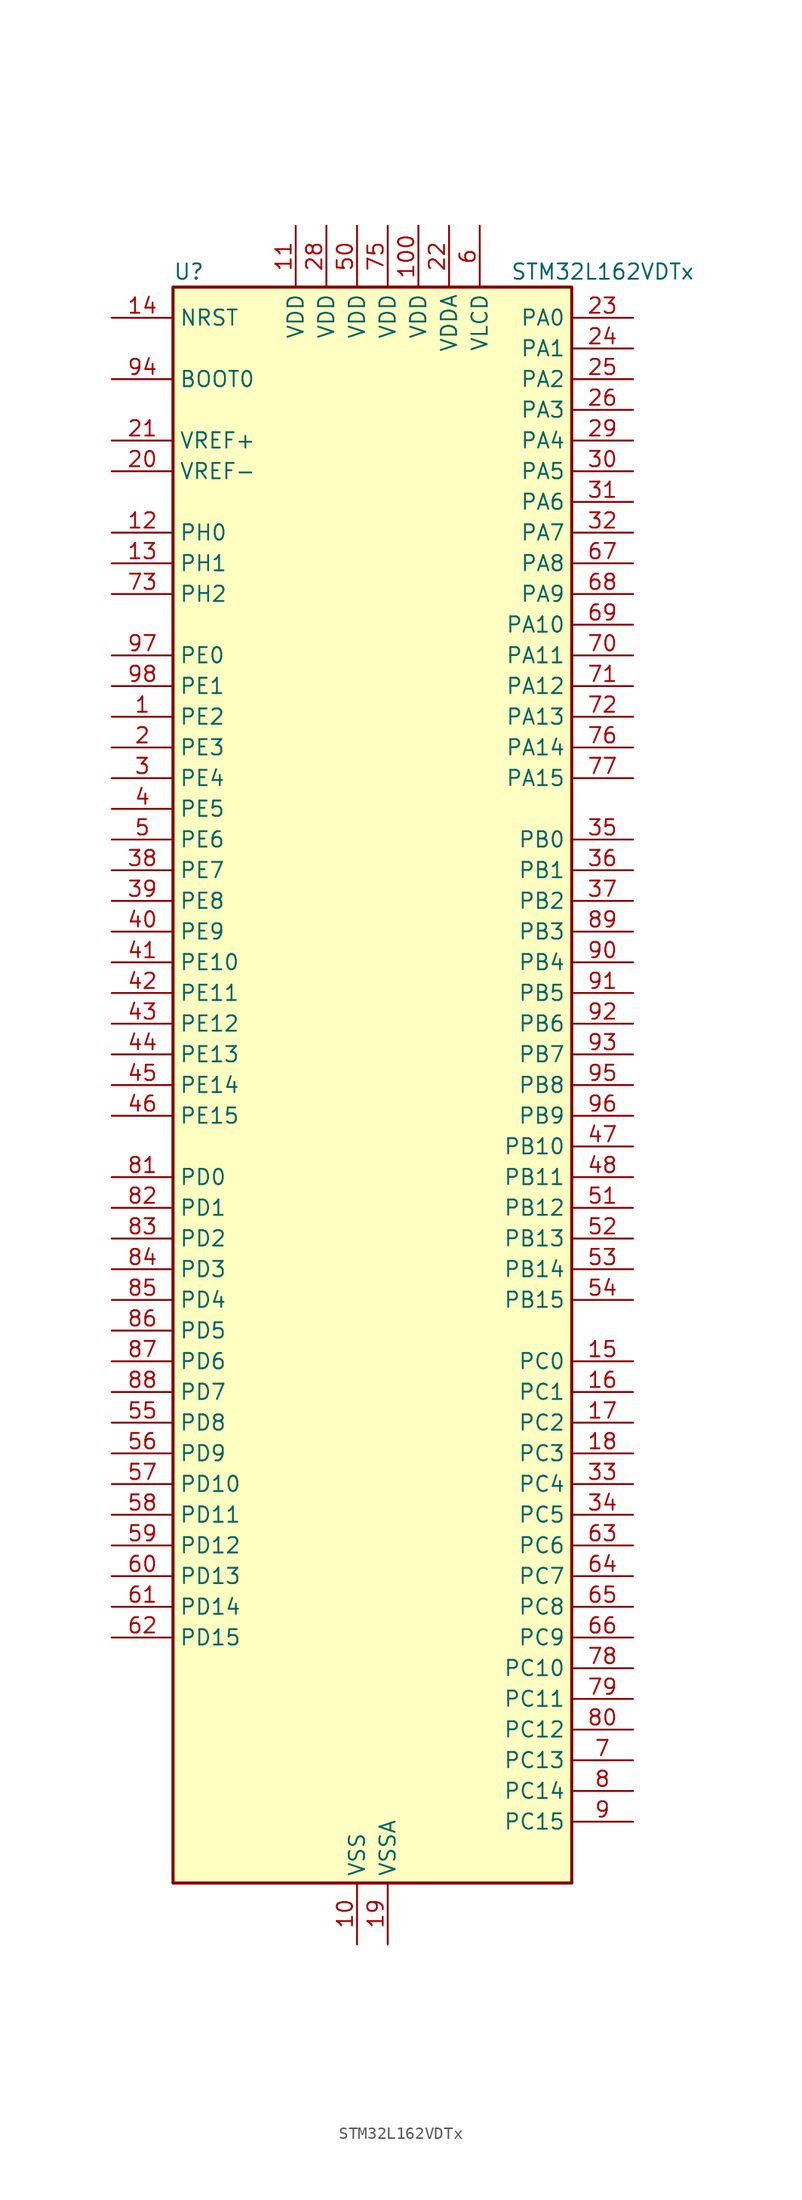
<source format=kicad_sym>
(kicad_symbol_lib
  (version 20231120)
  (generator "kicad-library-utils")
  (generator_version "8.0")
  (symbol "STM32L162VDTx"
    (property "Reference" "U"
      (at -15.24 67.31 0)
      (effects (font (size 1.27 1.27)) (justify left)))
    (property "Value" "STM32L162VDTx"
      (at 12.7 67.31 0)
      (effects (font (size 1.27 1.27)) (justify left)))
    (symbol "STM32L162VDTx_0_1"
      (rectangle (start -15.24 -66.04) (end 17.78 66.04) (stroke (width 0.254) (type default)) (fill (type background))))
    (symbol "STM32L162VDTx_1_1"
      (pin bidirectional line (at -20.32 30.48 0) (length 5.08) (name "PE2" (effects (font (size 1.27 1.27)))) (number "1" (effects (font (size 1.27 1.27)))) (alternate "FSMC_A23" bidirectional line) (alternate "LCD_SEG38" bidirectional line) (alternate "SYS_TRACECK" bidirectional line) (alternate "TIM3_ETR" bidirectional line) (alternate "TIMX_IC3" bidirectional line))
      (pin power_in line (at 0 -71.12 90) (length 5.08) (name "VSS" (effects (font (size 1.27 1.27)))) (number "10" (effects (font (size 1.27 1.27)))))
      (pin power_in line (at 5.08 71.12 270) (length 5.08) (name "VDD" (effects (font (size 1.27 1.27)))) (number "100" (effects (font (size 1.27 1.27)))))
      (pin power_in line (at -5.08 71.12 270) (length 5.08) (name "VDD" (effects (font (size 1.27 1.27)))) (number "11" (effects (font (size 1.27 1.27)))))
      (pin bidirectional line (at -20.32 45.72 0) (length 5.08) (name "PH0" (effects (font (size 1.27 1.27)))) (number "12" (effects (font (size 1.27 1.27)))) (alternate "RCC_OSC_IN" bidirectional line))
      (pin bidirectional line (at -20.32 43.18 0) (length 5.08) (name "PH1" (effects (font (size 1.27 1.27)))) (number "13" (effects (font (size 1.27 1.27)))) (alternate "RCC_OSC_OUT" bidirectional line))
      (pin input line (at -20.32 63.5 0) (length 5.08) (name "NRST" (effects (font (size 1.27 1.27)))) (number "14" (effects (font (size 1.27 1.27)))))
      (pin bidirectional line (at 22.86 -22.86 180) (length 5.08) (name "PC0" (effects (font (size 1.27 1.27)))) (number "15" (effects (font (size 1.27 1.27)))) (alternate "ADC_IN10" bidirectional line) (alternate "COMP1_INP" bidirectional line) (alternate "LCD_SEG18" bidirectional line) (alternate "TIMX_IC1" bidirectional line) (alternate "TS_G8_IO1" bidirectional line))
      (pin bidirectional line (at 22.86 -25.4 180) (length 5.08) (name "PC1" (effects (font (size 1.27 1.27)))) (number "16" (effects (font (size 1.27 1.27)))) (alternate "ADC_IN11" bidirectional line) (alternate "COMP1_INP" bidirectional line) (alternate "LCD_SEG19" bidirectional line) (alternate "OPAMP3_VINP" bidirectional line) (alternate "TIMX_IC2" bidirectional line) (alternate "TS_G8_IO2" bidirectional line))
      (pin bidirectional line (at 22.86 -27.94 180) (length 5.08) (name "PC2" (effects (font (size 1.27 1.27)))) (number "17" (effects (font (size 1.27 1.27)))) (alternate "ADC_IN12" bidirectional line) (alternate "COMP1_INP" bidirectional line) (alternate "LCD_SEG20" bidirectional line) (alternate "OPAMP3_VINM" bidirectional line) (alternate "TIMX_IC3" bidirectional line) (alternate "TS_G8_IO3" bidirectional line))
      (pin bidirectional line (at 22.86 -30.48 180) (length 5.08) (name "PC3" (effects (font (size 1.27 1.27)))) (number "18" (effects (font (size 1.27 1.27)))) (alternate "ADC_IN13" bidirectional line) (alternate "COMP1_INP" bidirectional line) (alternate "LCD_SEG21" bidirectional line) (alternate "OPAMP3_VOUT" bidirectional line) (alternate "TIMX_IC4" bidirectional line) (alternate "TS_G8_IO4" bidirectional line))
      (pin power_in line (at 2.54 -71.12 90) (length 5.08) (name "VSSA" (effects (font (size 1.27 1.27)))) (number "19" (effects (font (size 1.27 1.27)))))
      (pin bidirectional line (at -20.32 27.94 0) (length 5.08) (name "PE3" (effects (font (size 1.27 1.27)))) (number "2" (effects (font (size 1.27 1.27)))) (alternate "FSMC_A19" bidirectional line) (alternate "LCD_SEG39" bidirectional line) (alternate "SYS_TRACED0" bidirectional line) (alternate "TIM3_CH1" bidirectional line) (alternate "TIMX_IC4" bidirectional line))
      (pin input line (at -20.32 50.8 0) (length 5.08) (name "VREF-" (effects (font (size 1.27 1.27)))) (number "20" (effects (font (size 1.27 1.27)))))
      (pin input line (at -20.32 53.34 0) (length 5.08) (name "VREF+" (effects (font (size 1.27 1.27)))) (number "21" (effects (font (size 1.27 1.27)))))
      (pin power_in line (at 7.62 71.12 270) (length 5.08) (name "VDDA" (effects (font (size 1.27 1.27)))) (number "22" (effects (font (size 1.27 1.27)))))
      (pin bidirectional line (at 22.86 63.5 180) (length 5.08) (name "PA0" (effects (font (size 1.27 1.27)))) (number "23" (effects (font (size 1.27 1.27)))) (alternate "ADC_IN0" bidirectional line) (alternate "COMP1_INP" bidirectional line) (alternate "RTC_TAMP2" bidirectional line) (alternate "SYS_WKUP1" bidirectional line) (alternate "TIM2_CH1" bidirectional line) (alternate "TIM2_ETR" bidirectional line) (alternate "TIM5_CH1" bidirectional line) (alternate "TIMX_IC1" bidirectional line) (alternate "TS_G1_IO1" bidirectional line) (alternate "USART2_CTS" bidirectional line))
      (pin bidirectional line (at 22.86 60.96 180) (length 5.08) (name "PA1" (effects (font (size 1.27 1.27)))) (number "24" (effects (font (size 1.27 1.27)))) (alternate "ADC_IN1" bidirectional line) (alternate "COMP1_INP" bidirectional line) (alternate "LCD_SEG0" bidirectional line) (alternate "OPAMP1_VINP" bidirectional line) (alternate "TIM2_CH2" bidirectional line) (alternate "TIM5_CH2" bidirectional line) (alternate "TIMX_IC2" bidirectional line) (alternate "TS_G1_IO2" bidirectional line) (alternate "USART2_RTS" bidirectional line))
      (pin bidirectional line (at 22.86 58.42 180) (length 5.08) (name "PA2" (effects (font (size 1.27 1.27)))) (number "25" (effects (font (size 1.27 1.27)))) (alternate "ADC_IN2" bidirectional line) (alternate "COMP1_INP" bidirectional line) (alternate "LCD_SEG1" bidirectional line) (alternate "OPAMP1_VINM" bidirectional line) (alternate "TIM2_CH3" bidirectional line) (alternate "TIM5_CH3" bidirectional line) (alternate "TIM9_CH1" bidirectional line) (alternate "TIMX_IC3" bidirectional line) (alternate "TS_G1_IO3" bidirectional line) (alternate "USART2_TX" bidirectional line))
      (pin bidirectional line (at 22.86 55.88 180) (length 5.08) (name "PA3" (effects (font (size 1.27 1.27)))) (number "26" (effects (font (size 1.27 1.27)))) (alternate "ADC_IN3" bidirectional line) (alternate "COMP1_INP" bidirectional line) (alternate "LCD_SEG2" bidirectional line) (alternate "OPAMP1_VOUT" bidirectional line) (alternate "TIM2_CH4" bidirectional line) (alternate "TIM5_CH4" bidirectional line) (alternate "TIM9_CH2" bidirectional line) (alternate "TIMX_IC4" bidirectional line) (alternate "TS_G1_IO4" bidirectional line) (alternate "USART2_RX" bidirectional line))
      (pin passive line (at 0 -71.12 90) (length 5.08) hide (name "VSS" (effects (font (size 1.27 1.27)))) (number "27" (effects (font (size 1.27 1.27)))))
      (pin power_in line (at -2.54 71.12 270) (length 5.08) (name "VDD" (effects (font (size 1.27 1.27)))) (number "28" (effects (font (size 1.27 1.27)))))
      (pin bidirectional line (at 22.86 53.34 180) (length 5.08) (name "PA4" (effects (font (size 1.27 1.27)))) (number "29" (effects (font (size 1.27 1.27)))) (alternate "ADC_IN4" bidirectional line) (alternate "COMP1_INP" bidirectional line) (alternate "DAC_OUT1" bidirectional line) (alternate "I2S3_WS" bidirectional line) (alternate "SPI1_NSS" bidirectional line) (alternate "SPI3_NSS" bidirectional line) (alternate "TIMX_IC1" bidirectional line) (alternate "USART2_CK" bidirectional line))
      (pin bidirectional line (at -20.32 25.4 0) (length 5.08) (name "PE4" (effects (font (size 1.27 1.27)))) (number "3" (effects (font (size 1.27 1.27)))) (alternate "FSMC_A20" bidirectional line) (alternate "SYS_TRACED1" bidirectional line) (alternate "TIM3_CH2" bidirectional line) (alternate "TIMX_IC1" bidirectional line))
      (pin bidirectional line (at 22.86 50.8 180) (length 5.08) (name "PA5" (effects (font (size 1.27 1.27)))) (number "30" (effects (font (size 1.27 1.27)))) (alternate "ADC_IN5" bidirectional line) (alternate "COMP1_INP" bidirectional line) (alternate "DAC_OUT2" bidirectional line) (alternate "SPI1_SCK" bidirectional line) (alternate "TIM2_CH1" bidirectional line) (alternate "TIM2_ETR" bidirectional line) (alternate "TIMX_IC2" bidirectional line))
      (pin bidirectional line (at 22.86 48.26 180) (length 5.08) (name "PA6" (effects (font (size 1.27 1.27)))) (number "31" (effects (font (size 1.27 1.27)))) (alternate "ADC_IN6" bidirectional line) (alternate "COMP1_INP" bidirectional line) (alternate "LCD_SEG3" bidirectional line) (alternate "OPAMP2_VINP" bidirectional line) (alternate "SPI1_MISO" bidirectional line) (alternate "TIM10_CH1" bidirectional line) (alternate "TIM3_CH1" bidirectional line) (alternate "TIMX_IC3" bidirectional line) (alternate "TS_G2_IO1" bidirectional line))
      (pin bidirectional line (at 22.86 45.72 180) (length 5.08) (name "PA7" (effects (font (size 1.27 1.27)))) (number "32" (effects (font (size 1.27 1.27)))) (alternate "ADC_IN7" bidirectional line) (alternate "COMP1_INP" bidirectional line) (alternate "LCD_SEG4" bidirectional line) (alternate "OPAMP2_VINM" bidirectional line) (alternate "SPI1_MOSI" bidirectional line) (alternate "TIM11_CH1" bidirectional line) (alternate "TIM3_CH2" bidirectional line) (alternate "TIMX_IC4" bidirectional line) (alternate "TS_G2_IO2" bidirectional line))
      (pin bidirectional line (at 22.86 -33.02 180) (length 5.08) (name "PC4" (effects (font (size 1.27 1.27)))) (number "33" (effects (font (size 1.27 1.27)))) (alternate "ADC_IN14" bidirectional line) (alternate "COMP1_INP" bidirectional line) (alternate "LCD_SEG22" bidirectional line) (alternate "TIMX_IC1" bidirectional line) (alternate "TS_G9_IO1" bidirectional line))
      (pin bidirectional line (at 22.86 -35.56 180) (length 5.08) (name "PC5" (effects (font (size 1.27 1.27)))) (number "34" (effects (font (size 1.27 1.27)))) (alternate "ADC_IN15" bidirectional line) (alternate "COMP1_INP" bidirectional line) (alternate "LCD_SEG23" bidirectional line) (alternate "TIMX_IC2" bidirectional line) (alternate "TS_G9_IO2" bidirectional line))
      (pin bidirectional line (at 22.86 20.32 180) (length 5.08) (name "PB0" (effects (font (size 1.27 1.27)))) (number "35" (effects (font (size 1.27 1.27)))) (alternate "ADC_IN8" bidirectional line) (alternate "COMP1_INP" bidirectional line) (alternate "LCD_SEG5" bidirectional line) (alternate "OPAMP2_VOUT" bidirectional line) (alternate "SYS_V_REF_OUT" bidirectional line) (alternate "TIM3_CH3" bidirectional line) (alternate "TS_G3_IO1" bidirectional line))
      (pin bidirectional line (at 22.86 17.78 180) (length 5.08) (name "PB1" (effects (font (size 1.27 1.27)))) (number "36" (effects (font (size 1.27 1.27)))) (alternate "ADC_IN9" bidirectional line) (alternate "COMP1_INP" bidirectional line) (alternate "LCD_SEG6" bidirectional line) (alternate "SYS_V_REF_OUT" bidirectional line) (alternate "TIM3_CH4" bidirectional line) (alternate "TS_G3_IO2" bidirectional line))
      (pin bidirectional line (at 22.86 15.24 180) (length 5.08) (name "PB2" (effects (font (size 1.27 1.27)))) (number "37" (effects (font (size 1.27 1.27)))) (alternate "TS_G3_IO3" bidirectional line))
      (pin bidirectional line (at -20.32 17.78 0) (length 5.08) (name "PE7" (effects (font (size 1.27 1.27)))) (number "38" (effects (font (size 1.27 1.27)))) (alternate "ADC_IN22" bidirectional line) (alternate "COMP1_INP" bidirectional line) (alternate "FSMC_D4" bidirectional line) (alternate "FSMC_DA4" bidirectional line) (alternate "TIMX_IC4" bidirectional line))
      (pin bidirectional line (at -20.32 15.24 0) (length 5.08) (name "PE8" (effects (font (size 1.27 1.27)))) (number "39" (effects (font (size 1.27 1.27)))) (alternate "ADC_IN23" bidirectional line) (alternate "COMP1_INP" bidirectional line) (alternate "FSMC_D5" bidirectional line) (alternate "FSMC_DA5" bidirectional line) (alternate "TIMX_IC1" bidirectional line))
      (pin bidirectional line (at -20.32 22.86 0) (length 5.08) (name "PE5" (effects (font (size 1.27 1.27)))) (number "4" (effects (font (size 1.27 1.27)))) (alternate "FSMC_A21" bidirectional line) (alternate "SYS_TRACED2" bidirectional line) (alternate "TIM9_CH1" bidirectional line) (alternate "TIMX_IC2" bidirectional line))
      (pin bidirectional line (at -20.32 12.7 0) (length 5.08) (name "PE9" (effects (font (size 1.27 1.27)))) (number "40" (effects (font (size 1.27 1.27)))) (alternate "ADC_IN24" bidirectional line) (alternate "COMP1_INP" bidirectional line) (alternate "DAC_EXTI9" bidirectional line) (alternate "FSMC_D6" bidirectional line) (alternate "FSMC_DA6" bidirectional line) (alternate "TIM2_CH1" bidirectional line) (alternate "TIM2_ETR" bidirectional line) (alternate "TIMX_IC2" bidirectional line))
      (pin bidirectional line (at -20.32 10.16 0) (length 5.08) (name "PE10" (effects (font (size 1.27 1.27)))) (number "41" (effects (font (size 1.27 1.27)))) (alternate "ADC_IN25" bidirectional line) (alternate "COMP1_INP" bidirectional line) (alternate "FSMC_D7" bidirectional line) (alternate "FSMC_DA7" bidirectional line) (alternate "TIM2_CH2" bidirectional line) (alternate "TIMX_IC3" bidirectional line))
      (pin bidirectional line (at -20.32 7.62 0) (length 5.08) (name "PE11" (effects (font (size 1.27 1.27)))) (number "42" (effects (font (size 1.27 1.27)))) (alternate "ADC_EXTI11" bidirectional line) (alternate "FSMC_D8" bidirectional line) (alternate "FSMC_DA8" bidirectional line) (alternate "TIM2_CH3" bidirectional line) (alternate "TIMX_IC4" bidirectional line))
      (pin bidirectional line (at -20.32 5.08 0) (length 5.08) (name "PE12" (effects (font (size 1.27 1.27)))) (number "43" (effects (font (size 1.27 1.27)))) (alternate "FSMC_D9" bidirectional line) (alternate "FSMC_DA9" bidirectional line) (alternate "SPI1_NSS" bidirectional line) (alternate "TIM2_CH4" bidirectional line) (alternate "TIMX_IC1" bidirectional line))
      (pin bidirectional line (at -20.32 2.54 0) (length 5.08) (name "PE13" (effects (font (size 1.27 1.27)))) (number "44" (effects (font (size 1.27 1.27)))) (alternate "FSMC_D10" bidirectional line) (alternate "FSMC_DA10" bidirectional line) (alternate "SPI1_SCK" bidirectional line) (alternate "TIMX_IC2" bidirectional line))
      (pin bidirectional line (at -20.32 0 0) (length 5.08) (name "PE14" (effects (font (size 1.27 1.27)))) (number "45" (effects (font (size 1.27 1.27)))) (alternate "FSMC_D11" bidirectional line) (alternate "FSMC_DA11" bidirectional line) (alternate "SPI1_MISO" bidirectional line) (alternate "TIMX_IC3" bidirectional line))
      (pin bidirectional line (at -20.32 -2.54 0) (length 5.08) (name "PE15" (effects (font (size 1.27 1.27)))) (number "46" (effects (font (size 1.27 1.27)))) (alternate "ADC_EXTI15" bidirectional line) (alternate "FSMC_D12" bidirectional line) (alternate "FSMC_DA12" bidirectional line) (alternate "SPI1_MOSI" bidirectional line) (alternate "TIMX_IC4" bidirectional line))
      (pin bidirectional line (at 22.86 -5.08 180) (length 5.08) (name "PB10" (effects (font (size 1.27 1.27)))) (number "47" (effects (font (size 1.27 1.27)))) (alternate "I2C2_SCL" bidirectional line) (alternate "LCD_SEG10" bidirectional line) (alternate "TIM2_CH3" bidirectional line) (alternate "USART3_TX" bidirectional line))
      (pin bidirectional line (at 22.86 -7.62 180) (length 5.08) (name "PB11" (effects (font (size 1.27 1.27)))) (number "48" (effects (font (size 1.27 1.27)))) (alternate "ADC_EXTI11" bidirectional line) (alternate "I2C2_SDA" bidirectional line) (alternate "LCD_SEG11" bidirectional line) (alternate "TIM2_CH4" bidirectional line) (alternate "USART3_RX" bidirectional line))
      (pin passive line (at 0 -71.12 90) (length 5.08) hide (name "VSS" (effects (font (size 1.27 1.27)))) (number "49" (effects (font (size 1.27 1.27)))))
      (pin bidirectional line (at -20.32 20.32 0) (length 5.08) (name "PE6" (effects (font (size 1.27 1.27)))) (number "5" (effects (font (size 1.27 1.27)))) (alternate "RTC_TAMP3" bidirectional line) (alternate "SYS_TRACED3" bidirectional line) (alternate "SYS_WKUP3" bidirectional line) (alternate "TIM9_CH2" bidirectional line) (alternate "TIMX_IC3" bidirectional line))
      (pin power_in line (at 0 71.12 270) (length 5.08) (name "VDD" (effects (font (size 1.27 1.27)))) (number "50" (effects (font (size 1.27 1.27)))))
      (pin bidirectional line (at 22.86 -10.16 180) (length 5.08) (name "PB12" (effects (font (size 1.27 1.27)))) (number "51" (effects (font (size 1.27 1.27)))) (alternate "ADC_IN18" bidirectional line) (alternate "COMP1_INP" bidirectional line) (alternate "I2C2_SMBA" bidirectional line) (alternate "I2S2_WS" bidirectional line) (alternate "LCD_SEG12" bidirectional line) (alternate "SPI2_NSS" bidirectional line) (alternate "TIM10_CH1" bidirectional line) (alternate "TS_G7_IO1" bidirectional line) (alternate "USART3_CK" bidirectional line))
      (pin bidirectional line (at 22.86 -12.7 180) (length 5.08) (name "PB13" (effects (font (size 1.27 1.27)))) (number "52" (effects (font (size 1.27 1.27)))) (alternate "ADC_IN19" bidirectional line) (alternate "COMP1_INP" bidirectional line) (alternate "I2S2_CK" bidirectional line) (alternate "LCD_SEG13" bidirectional line) (alternate "SPI2_SCK" bidirectional line) (alternate "TIM9_CH1" bidirectional line) (alternate "TS_G7_IO2" bidirectional line) (alternate "USART3_CTS" bidirectional line))
      (pin bidirectional line (at 22.86 -15.24 180) (length 5.08) (name "PB14" (effects (font (size 1.27 1.27)))) (number "53" (effects (font (size 1.27 1.27)))) (alternate "ADC_IN20" bidirectional line) (alternate "COMP1_INP" bidirectional line) (alternate "LCD_SEG14" bidirectional line) (alternate "SPI2_MISO" bidirectional line) (alternate "TIM9_CH2" bidirectional line) (alternate "TS_G7_IO3" bidirectional line) (alternate "USART3_RTS" bidirectional line))
      (pin bidirectional line (at 22.86 -17.78 180) (length 5.08) (name "PB15" (effects (font (size 1.27 1.27)))) (number "54" (effects (font (size 1.27 1.27)))) (alternate "ADC_EXTI15" bidirectional line) (alternate "ADC_IN21" bidirectional line) (alternate "COMP1_INP" bidirectional line) (alternate "I2S2_SD" bidirectional line) (alternate "LCD_SEG15" bidirectional line) (alternate "RTC_REFIN" bidirectional line) (alternate "SPI2_MOSI" bidirectional line) (alternate "TIM11_CH1" bidirectional line) (alternate "TS_G7_IO4" bidirectional line))
      (pin bidirectional line (at -20.32 -27.94 0) (length 5.08) (name "PD8" (effects (font (size 1.27 1.27)))) (number "55" (effects (font (size 1.27 1.27)))) (alternate "FSMC_D13" bidirectional line) (alternate "FSMC_DA13" bidirectional line) (alternate "LCD_SEG28" bidirectional line) (alternate "TIMX_IC1" bidirectional line) (alternate "USART3_TX" bidirectional line))
      (pin bidirectional line (at -20.32 -30.48 0) (length 5.08) (name "PD9" (effects (font (size 1.27 1.27)))) (number "56" (effects (font (size 1.27 1.27)))) (alternate "DAC_EXTI9" bidirectional line) (alternate "FSMC_D14" bidirectional line) (alternate "FSMC_DA14" bidirectional line) (alternate "LCD_SEG29" bidirectional line) (alternate "TIMX_IC2" bidirectional line) (alternate "USART3_RX" bidirectional line))
      (pin bidirectional line (at -20.32 -33.02 0) (length 5.08) (name "PD10" (effects (font (size 1.27 1.27)))) (number "57" (effects (font (size 1.27 1.27)))) (alternate "FSMC_D15" bidirectional line) (alternate "FSMC_DA15" bidirectional line) (alternate "LCD_SEG30" bidirectional line) (alternate "TIMX_IC3" bidirectional line) (alternate "USART3_CK" bidirectional line))
      (pin bidirectional line (at -20.32 -35.56 0) (length 5.08) (name "PD11" (effects (font (size 1.27 1.27)))) (number "58" (effects (font (size 1.27 1.27)))) (alternate "ADC_EXTI11" bidirectional line) (alternate "FSMC_A16" bidirectional line) (alternate "LCD_SEG31" bidirectional line) (alternate "TIMX_IC4" bidirectional line) (alternate "USART3_CTS" bidirectional line))
      (pin bidirectional line (at -20.32 -38.1 0) (length 5.08) (name "PD12" (effects (font (size 1.27 1.27)))) (number "59" (effects (font (size 1.27 1.27)))) (alternate "FSMC_A17" bidirectional line) (alternate "LCD_SEG32" bidirectional line) (alternate "TIM4_CH1" bidirectional line) (alternate "TIMX_IC1" bidirectional line) (alternate "USART3_RTS" bidirectional line))
      (pin power_in line (at 10.16 71.12 270) (length 5.08) (name "VLCD" (effects (font (size 1.27 1.27)))) (number "6" (effects (font (size 1.27 1.27)))))
      (pin bidirectional line (at -20.32 -40.64 0) (length 5.08) (name "PD13" (effects (font (size 1.27 1.27)))) (number "60" (effects (font (size 1.27 1.27)))) (alternate "FSMC_A18" bidirectional line) (alternate "LCD_SEG33" bidirectional line) (alternate "TIM4_CH2" bidirectional line) (alternate "TIMX_IC2" bidirectional line))
      (pin bidirectional line (at -20.32 -43.18 0) (length 5.08) (name "PD14" (effects (font (size 1.27 1.27)))) (number "61" (effects (font (size 1.27 1.27)))) (alternate "FSMC_D0" bidirectional line) (alternate "FSMC_DA0" bidirectional line) (alternate "LCD_SEG34" bidirectional line) (alternate "TIM4_CH3" bidirectional line) (alternate "TIMX_IC3" bidirectional line))
      (pin bidirectional line (at -20.32 -45.72 0) (length 5.08) (name "PD15" (effects (font (size 1.27 1.27)))) (number "62" (effects (font (size 1.27 1.27)))) (alternate "ADC_EXTI15" bidirectional line) (alternate "FSMC_D1" bidirectional line) (alternate "FSMC_DA1" bidirectional line) (alternate "LCD_SEG35" bidirectional line) (alternate "TIM4_CH4" bidirectional line) (alternate "TIMX_IC4" bidirectional line))
      (pin bidirectional line (at 22.86 -38.1 180) (length 5.08) (name "PC6" (effects (font (size 1.27 1.27)))) (number "63" (effects (font (size 1.27 1.27)))) (alternate "I2S2_MCK" bidirectional line) (alternate "LCD_SEG24" bidirectional line) (alternate "SDIO_D6" bidirectional line) (alternate "TIM3_CH1" bidirectional line) (alternate "TIMX_IC3" bidirectional line) (alternate "TS_G10_IO1" bidirectional line))
      (pin bidirectional line (at 22.86 -40.64 180) (length 5.08) (name "PC7" (effects (font (size 1.27 1.27)))) (number "64" (effects (font (size 1.27 1.27)))) (alternate "I2S3_MCK" bidirectional line) (alternate "LCD_SEG25" bidirectional line) (alternate "SDIO_D7" bidirectional line) (alternate "TIM3_CH2" bidirectional line) (alternate "TIMX_IC4" bidirectional line) (alternate "TS_G10_IO2" bidirectional line))
      (pin bidirectional line (at 22.86 -43.18 180) (length 5.08) (name "PC8" (effects (font (size 1.27 1.27)))) (number "65" (effects (font (size 1.27 1.27)))) (alternate "LCD_SEG26" bidirectional line) (alternate "SDIO_D0" bidirectional line) (alternate "TIM3_CH3" bidirectional line) (alternate "TIMX_IC1" bidirectional line) (alternate "TS_G10_IO3" bidirectional line))
      (pin bidirectional line (at 22.86 -45.72 180) (length 5.08) (name "PC9" (effects (font (size 1.27 1.27)))) (number "66" (effects (font (size 1.27 1.27)))) (alternate "DAC_EXTI9" bidirectional line) (alternate "LCD_SEG27" bidirectional line) (alternate "SDIO_D1" bidirectional line) (alternate "TIM3_CH4" bidirectional line) (alternate "TIMX_IC2" bidirectional line) (alternate "TS_G10_IO4" bidirectional line))
      (pin bidirectional line (at 22.86 43.18 180) (length 5.08) (name "PA8" (effects (font (size 1.27 1.27)))) (number "67" (effects (font (size 1.27 1.27)))) (alternate "LCD_COM0" bidirectional line) (alternate "RCC_MCO" bidirectional line) (alternate "TIMX_IC1" bidirectional line) (alternate "TS_G4_IO1" bidirectional line) (alternate "USART1_CK" bidirectional line))
      (pin bidirectional line (at 22.86 40.64 180) (length 5.08) (name "PA9" (effects (font (size 1.27 1.27)))) (number "68" (effects (font (size 1.27 1.27)))) (alternate "DAC_EXTI9" bidirectional line) (alternate "LCD_COM1" bidirectional line) (alternate "TIMX_IC2" bidirectional line) (alternate "TS_G4_IO2" bidirectional line) (alternate "USART1_TX" bidirectional line))
      (pin bidirectional line (at 22.86 38.1 180) (length 5.08) (name "PA10" (effects (font (size 1.27 1.27)))) (number "69" (effects (font (size 1.27 1.27)))) (alternate "LCD_COM2" bidirectional line) (alternate "TIMX_IC3" bidirectional line) (alternate "TS_G4_IO3" bidirectional line) (alternate "USART1_RX" bidirectional line))
      (pin bidirectional line (at 22.86 -55.88 180) (length 5.08) (name "PC13" (effects (font (size 1.27 1.27)))) (number "7" (effects (font (size 1.27 1.27)))) (alternate "RTC_OUT_ALARM" bidirectional line) (alternate "RTC_OUT_CALIB" bidirectional line) (alternate "RTC_TAMP1" bidirectional line) (alternate "RTC_TS" bidirectional line) (alternate "SYS_WKUP2" bidirectional line) (alternate "TIMX_IC2" bidirectional line))
      (pin bidirectional line (at 22.86 35.56 180) (length 5.08) (name "PA11" (effects (font (size 1.27 1.27)))) (number "70" (effects (font (size 1.27 1.27)))) (alternate "ADC_EXTI11" bidirectional line) (alternate "SPI1_MISO" bidirectional line) (alternate "TIMX_IC4" bidirectional line) (alternate "USART1_CTS" bidirectional line) (alternate "USB_DM" bidirectional line))
      (pin bidirectional line (at 22.86 33.02 180) (length 5.08) (name "PA12" (effects (font (size 1.27 1.27)))) (number "71" (effects (font (size 1.27 1.27)))) (alternate "SPI1_MOSI" bidirectional line) (alternate "TIMX_IC1" bidirectional line) (alternate "USART1_RTS" bidirectional line) (alternate "USB_DP" bidirectional line))
      (pin bidirectional line (at 22.86 30.48 180) (length 5.08) (name "PA13" (effects (font (size 1.27 1.27)))) (number "72" (effects (font (size 1.27 1.27)))) (alternate "SYS_JTMS-SWDIO" bidirectional line) (alternate "TIMX_IC2" bidirectional line) (alternate "TS_G5_IO1" bidirectional line))
      (pin bidirectional line (at -20.32 40.64 0) (length 5.08) (name "PH2" (effects (font (size 1.27 1.27)))) (number "73" (effects (font (size 1.27 1.27)))) (alternate "FSMC_A22" bidirectional line))
      (pin passive line (at 0 -71.12 90) (length 5.08) hide (name "VSS" (effects (font (size 1.27 1.27)))) (number "74" (effects (font (size 1.27 1.27)))))
      (pin power_in line (at 2.54 71.12 270) (length 5.08) (name "VDD" (effects (font (size 1.27 1.27)))) (number "75" (effects (font (size 1.27 1.27)))))
      (pin bidirectional line (at 22.86 27.94 180) (length 5.08) (name "PA14" (effects (font (size 1.27 1.27)))) (number "76" (effects (font (size 1.27 1.27)))) (alternate "SYS_JTCK-SWCLK" bidirectional line) (alternate "TIMX_IC3" bidirectional line) (alternate "TS_G5_IO2" bidirectional line))
      (pin bidirectional line (at 22.86 25.4 180) (length 5.08) (name "PA15" (effects (font (size 1.27 1.27)))) (number "77" (effects (font (size 1.27 1.27)))) (alternate "ADC_EXTI15" bidirectional line) (alternate "I2S3_WS" bidirectional line) (alternate "LCD_SEG17" bidirectional line) (alternate "SPI1_NSS" bidirectional line) (alternate "SPI3_NSS" bidirectional line) (alternate "SYS_JTDI" bidirectional line) (alternate "TIM2_CH1" bidirectional line) (alternate "TIM2_ETR" bidirectional line) (alternate "TIMX_IC4" bidirectional line) (alternate "TS_G5_IO3" bidirectional line))
      (pin bidirectional line (at 22.86 -48.26 180) (length 5.08) (name "PC10" (effects (font (size 1.27 1.27)))) (number "78" (effects (font (size 1.27 1.27)))) (alternate "I2S3_CK" bidirectional line) (alternate "LCD_COM4" bidirectional line) (alternate "LCD_SEG28" bidirectional line) (alternate "LCD_SEG40" bidirectional line) (alternate "SDIO_D2" bidirectional line) (alternate "SPI3_SCK" bidirectional line) (alternate "TIMX_IC3" bidirectional line) (alternate "UART4_TX" bidirectional line) (alternate "USART3_TX" bidirectional line))
      (pin bidirectional line (at 22.86 -50.8 180) (length 5.08) (name "PC11" (effects (font (size 1.27 1.27)))) (number "79" (effects (font (size 1.27 1.27)))) (alternate "ADC_EXTI11" bidirectional line) (alternate "LCD_COM5" bidirectional line) (alternate "LCD_SEG29" bidirectional line) (alternate "LCD_SEG41" bidirectional line) (alternate "SDIO_D3" bidirectional line) (alternate "SPI3_MISO" bidirectional line) (alternate "TIMX_IC4" bidirectional line) (alternate "UART4_RX" bidirectional line) (alternate "USART3_RX" bidirectional line))
      (pin bidirectional line (at 22.86 -58.42 180) (length 5.08) (name "PC14" (effects (font (size 1.27 1.27)))) (number "8" (effects (font (size 1.27 1.27)))) (alternate "RCC_OSC32_IN" bidirectional line) (alternate "TIMX_IC3" bidirectional line))
      (pin bidirectional line (at 22.86 -53.34 180) (length 5.08) (name "PC12" (effects (font (size 1.27 1.27)))) (number "80" (effects (font (size 1.27 1.27)))) (alternate "I2S3_SD" bidirectional line) (alternate "LCD_COM6" bidirectional line) (alternate "LCD_SEG30" bidirectional line) (alternate "LCD_SEG42" bidirectional line) (alternate "SDIO_CK" bidirectional line) (alternate "SPI3_MOSI" bidirectional line) (alternate "TIMX_IC1" bidirectional line) (alternate "UART5_TX" bidirectional line) (alternate "USART3_CK" bidirectional line))
      (pin bidirectional line (at -20.32 -7.62 0) (length 5.08) (name "PD0" (effects (font (size 1.27 1.27)))) (number "81" (effects (font (size 1.27 1.27)))) (alternate "FSMC_D2" bidirectional line) (alternate "FSMC_DA2" bidirectional line) (alternate "I2S2_WS" bidirectional line) (alternate "SPI2_NSS" bidirectional line) (alternate "TIM9_CH1" bidirectional line) (alternate "TIMX_IC1" bidirectional line))
      (pin bidirectional line (at -20.32 -10.16 0) (length 5.08) (name "PD1" (effects (font (size 1.27 1.27)))) (number "82" (effects (font (size 1.27 1.27)))) (alternate "FSMC_D3" bidirectional line) (alternate "FSMC_DA3" bidirectional line) (alternate "I2S2_CK" bidirectional line) (alternate "SPI2_SCK" bidirectional line) (alternate "TIMX_IC2" bidirectional line))
      (pin bidirectional line (at -20.32 -12.7 0) (length 5.08) (name "PD2" (effects (font (size 1.27 1.27)))) (number "83" (effects (font (size 1.27 1.27)))) (alternate "LCD_COM7" bidirectional line) (alternate "LCD_SEG31" bidirectional line) (alternate "LCD_SEG43" bidirectional line) (alternate "SDIO_CMD" bidirectional line) (alternate "TIM3_ETR" bidirectional line) (alternate "TIMX_IC3" bidirectional line) (alternate "UART5_RX" bidirectional line))
      (pin bidirectional line (at -20.32 -15.24 0) (length 5.08) (name "PD3" (effects (font (size 1.27 1.27)))) (number "84" (effects (font (size 1.27 1.27)))) (alternate "FSMC_CLK" bidirectional line) (alternate "SPI2_MISO" bidirectional line) (alternate "TIMX_IC4" bidirectional line) (alternate "USART2_CTS" bidirectional line))
      (pin bidirectional line (at -20.32 -17.78 0) (length 5.08) (name "PD4" (effects (font (size 1.27 1.27)))) (number "85" (effects (font (size 1.27 1.27)))) (alternate "FSMC_NOE" bidirectional line) (alternate "I2S2_SD" bidirectional line) (alternate "SPI2_MOSI" bidirectional line) (alternate "TIMX_IC1" bidirectional line) (alternate "USART2_RTS" bidirectional line))
      (pin bidirectional line (at -20.32 -20.32 0) (length 5.08) (name "PD5" (effects (font (size 1.27 1.27)))) (number "86" (effects (font (size 1.27 1.27)))) (alternate "FSMC_NWE" bidirectional line) (alternate "TIMX_IC2" bidirectional line) (alternate "USART2_TX" bidirectional line))
      (pin bidirectional line (at -20.32 -22.86 0) (length 5.08) (name "PD6" (effects (font (size 1.27 1.27)))) (number "87" (effects (font (size 1.27 1.27)))) (alternate "FSMC_NWAIT" bidirectional line) (alternate "TIMX_IC3" bidirectional line) (alternate "USART2_RX" bidirectional line))
      (pin bidirectional line (at -20.32 -25.4 0) (length 5.08) (name "PD7" (effects (font (size 1.27 1.27)))) (number "88" (effects (font (size 1.27 1.27)))) (alternate "FSMC_NE1" bidirectional line) (alternate "TIM9_CH2" bidirectional line) (alternate "TIMX_IC4" bidirectional line) (alternate "USART2_CK" bidirectional line))
      (pin bidirectional line (at 22.86 12.7 180) (length 5.08) (name "PB3" (effects (font (size 1.27 1.27)))) (number "89" (effects (font (size 1.27 1.27)))) (alternate "COMP2_INM" bidirectional line) (alternate "I2S3_CK" bidirectional line) (alternate "LCD_SEG7" bidirectional line) (alternate "SPI1_SCK" bidirectional line) (alternate "SPI3_SCK" bidirectional line) (alternate "SYS_JTDO-TRACESWO" bidirectional line) (alternate "TIM2_CH2" bidirectional line))
      (pin bidirectional line (at 22.86 -60.96 180) (length 5.08) (name "PC15" (effects (font (size 1.27 1.27)))) (number "9" (effects (font (size 1.27 1.27)))) (alternate "ADC_EXTI15" bidirectional line) (alternate "RCC_OSC32_OUT" bidirectional line) (alternate "TIMX_IC4" bidirectional line))
      (pin bidirectional line (at 22.86 10.16 180) (length 5.08) (name "PB4" (effects (font (size 1.27 1.27)))) (number "90" (effects (font (size 1.27 1.27)))) (alternate "COMP2_INP" bidirectional line) (alternate "LCD_SEG8" bidirectional line) (alternate "SPI1_MISO" bidirectional line) (alternate "SPI3_MISO" bidirectional line) (alternate "SYS_JTRST" bidirectional line) (alternate "TIM3_CH1" bidirectional line) (alternate "TS_G6_IO1" bidirectional line))
      (pin bidirectional line (at 22.86 7.62 180) (length 5.08) (name "PB5" (effects (font (size 1.27 1.27)))) (number "91" (effects (font (size 1.27 1.27)))) (alternate "COMP2_INP" bidirectional line) (alternate "I2C1_SMBA" bidirectional line) (alternate "I2S3_SD" bidirectional line) (alternate "LCD_SEG9" bidirectional line) (alternate "SPI1_MOSI" bidirectional line) (alternate "SPI3_MOSI" bidirectional line) (alternate "TIM3_CH2" bidirectional line) (alternate "TS_G6_IO2" bidirectional line))
      (pin bidirectional line (at 22.86 5.08 180) (length 5.08) (name "PB6" (effects (font (size 1.27 1.27)))) (number "92" (effects (font (size 1.27 1.27)))) (alternate "COMP2_INP" bidirectional line) (alternate "I2C1_SCL" bidirectional line) (alternate "TIM4_CH1" bidirectional line) (alternate "TS_G6_IO3" bidirectional line) (alternate "USART1_TX" bidirectional line))
      (pin bidirectional line (at 22.86 2.54 180) (length 5.08) (name "PB7" (effects (font (size 1.27 1.27)))) (number "93" (effects (font (size 1.27 1.27)))) (alternate "COMP2_INP" bidirectional line) (alternate "FSMC_NL" bidirectional line) (alternate "I2C1_SDA" bidirectional line) (alternate "SYS_PVD_IN" bidirectional line) (alternate "TIM4_CH2" bidirectional line) (alternate "TS_G6_IO4" bidirectional line) (alternate "USART1_RX" bidirectional line))
      (pin input line (at -20.32 58.42 0) (length 5.08) (name "BOOT0" (effects (font (size 1.27 1.27)))) (number "94" (effects (font (size 1.27 1.27)))))
      (pin bidirectional line (at 22.86 0 180) (length 5.08) (name "PB8" (effects (font (size 1.27 1.27)))) (number "95" (effects (font (size 1.27 1.27)))) (alternate "I2C1_SCL" bidirectional line) (alternate "LCD_SEG16" bidirectional line) (alternate "SDIO_D4" bidirectional line) (alternate "TIM10_CH1" bidirectional line) (alternate "TIM4_CH3" bidirectional line))
      (pin bidirectional line (at 22.86 -2.54 180) (length 5.08) (name "PB9" (effects (font (size 1.27 1.27)))) (number "96" (effects (font (size 1.27 1.27)))) (alternate "DAC_EXTI9" bidirectional line) (alternate "I2C1_SDA" bidirectional line) (alternate "LCD_COM3" bidirectional line) (alternate "SDIO_D5" bidirectional line) (alternate "TIM11_CH1" bidirectional line) (alternate "TIM4_CH4" bidirectional line))
      (pin bidirectional line (at -20.32 35.56 0) (length 5.08) (name "PE0" (effects (font (size 1.27 1.27)))) (number "97" (effects (font (size 1.27 1.27)))) (alternate "FSMC_NBL0" bidirectional line) (alternate "LCD_SEG36" bidirectional line) (alternate "TIM10_CH1" bidirectional line) (alternate "TIM4_ETR" bidirectional line) (alternate "TIMX_IC1" bidirectional line))
      (pin bidirectional line (at -20.32 33.02 0) (length 5.08) (name "PE1" (effects (font (size 1.27 1.27)))) (number "98" (effects (font (size 1.27 1.27)))) (alternate "FSMC_NBL1" bidirectional line) (alternate "LCD_SEG37" bidirectional line) (alternate "TIM11_CH1" bidirectional line) (alternate "TIMX_IC2" bidirectional line))
      (pin passive line (at 0 -71.12 90) (length 5.08) hide (name "VSS" (effects (font (size 1.27 1.27)))) (number "99" (effects (font (size 1.27 1.27))))))))
</source>
